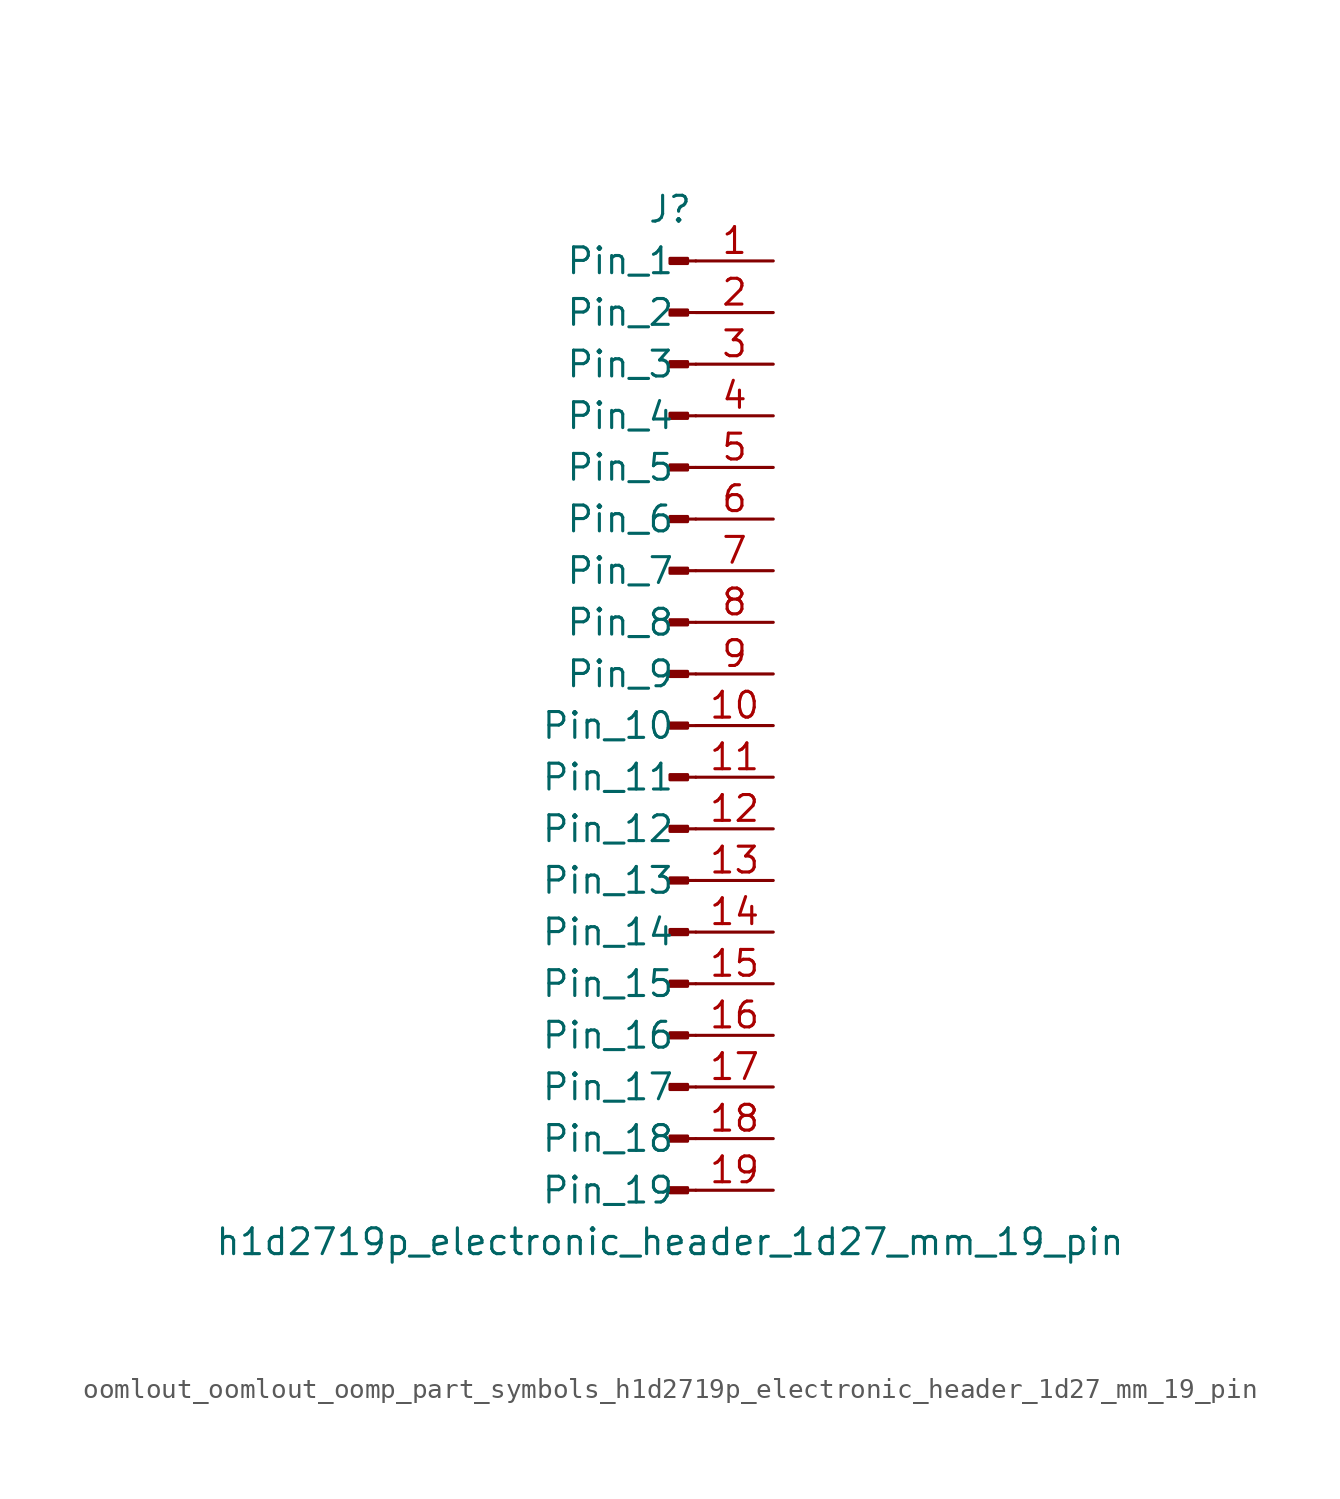
<source format=kicad_sym>
(kicad_symbol_lib
  (version 20220914)
  (generator kicad_symbol_editor)
  (symbol "oomlout_oomlout_oomp_part_symbols_h1d2719p_electronic_header_1d27_mm_19_pin"
    (pin_names
      (offset 1.016))
    (property "Reference" "J"
      (at 0 25.4 0)
      (effects (font (size 1.27 1.27))))
    (property "Value" "h1d2719p_electronic_header_1d27_mm_19_pin"
      (at 0 -25.4 0)
      (effects (font (size 1.27 1.27))))
    (property "ki_locked" ""
      (at 0 0 0)
      (effects (font (size 1.27 1.27))))
    (symbol "oomlout_oomlout_oomp_part_symbols_h1d2719p_electronic_header_1d27_mm_19_pin_1_1"
      (polyline (pts (xy 1.27 -22.86) (xy 0.864 -22.86)) (stroke (width 0.152) (type default)) (fill (type none)))
      (polyline (pts (xy 1.27 -20.32) (xy 0.864 -20.32)) (stroke (width 0.152) (type default)) (fill (type none)))
      (polyline (pts (xy 1.27 -17.78) (xy 0.864 -17.78)) (stroke (width 0.152) (type default)) (fill (type none)))
      (polyline (pts (xy 1.27 -15.24) (xy 0.864 -15.24)) (stroke (width 0.152) (type default)) (fill (type none)))
      (polyline (pts (xy 1.27 -12.7) (xy 0.864 -12.7)) (stroke (width 0.152) (type default)) (fill (type none)))
      (polyline (pts (xy 1.27 -10.16) (xy 0.864 -10.16)) (stroke (width 0.152) (type default)) (fill (type none)))
      (polyline (pts (xy 1.27 -7.62) (xy 0.864 -7.62)) (stroke (width 0.152) (type default)) (fill (type none)))
      (polyline (pts (xy 1.27 -5.08) (xy 0.864 -5.08)) (stroke (width 0.152) (type default)) (fill (type none)))
      (polyline (pts (xy 1.27 -2.54) (xy 0.864 -2.54)) (stroke (width 0.152) (type default)) (fill (type none)))
      (polyline (pts (xy 1.27 0) (xy 0.864 0)) (stroke (width 0.152) (type default)) (fill (type none)))
      (polyline (pts (xy 1.27 2.54) (xy 0.864 2.54)) (stroke (width 0.152) (type default)) (fill (type none)))
      (polyline (pts (xy 1.27 5.08) (xy 0.864 5.08)) (stroke (width 0.152) (type default)) (fill (type none)))
      (polyline (pts (xy 1.27 7.62) (xy 0.864 7.62)) (stroke (width 0.152) (type default)) (fill (type none)))
      (polyline (pts (xy 1.27 10.16) (xy 0.864 10.16)) (stroke (width 0.152) (type default)) (fill (type none)))
      (polyline (pts (xy 1.27 12.7) (xy 0.864 12.7)) (stroke (width 0.152) (type default)) (fill (type none)))
      (polyline (pts (xy 1.27 15.24) (xy 0.864 15.24)) (stroke (width 0.152) (type default)) (fill (type none)))
      (polyline (pts (xy 1.27 17.78) (xy 0.864 17.78)) (stroke (width 0.152) (type default)) (fill (type none)))
      (polyline (pts (xy 1.27 20.32) (xy 0.864 20.32)) (stroke (width 0.152) (type default)) (fill (type none)))
      (polyline (pts (xy 1.27 22.86) (xy 0.864 22.86)) (stroke (width 0.152) (type default)) (fill (type none)))
      (rectangle (start 0.864 -22.733) (end 0 -22.987) (stroke (width 0.152) (type default)) (fill (type outline)))
      (rectangle (start 0.864 -20.193) (end 0 -20.447) (stroke (width 0.152) (type default)) (fill (type outline)))
      (rectangle (start 0.864 -17.653) (end 0 -17.907) (stroke (width 0.152) (type default)) (fill (type outline)))
      (rectangle (start 0.864 -15.113) (end 0 -15.367) (stroke (width 0.152) (type default)) (fill (type outline)))
      (rectangle (start 0.864 -12.573) (end 0 -12.827) (stroke (width 0.152) (type default)) (fill (type outline)))
      (rectangle (start 0.864 -10.033) (end 0 -10.287) (stroke (width 0.152) (type default)) (fill (type outline)))
      (rectangle (start 0.864 -7.493) (end 0 -7.747) (stroke (width 0.152) (type default)) (fill (type outline)))
      (rectangle (start 0.864 -4.953) (end 0 -5.207) (stroke (width 0.152) (type default)) (fill (type outline)))
      (rectangle (start 0.864 -2.413) (end 0 -2.667) (stroke (width 0.152) (type default)) (fill (type outline)))
      (rectangle (start 0.864 0.127) (end 0 -0.127) (stroke (width 0.152) (type default)) (fill (type outline)))
      (rectangle (start 0.864 2.667) (end 0 2.413) (stroke (width 0.152) (type default)) (fill (type outline)))
      (rectangle (start 0.864 5.207) (end 0 4.953) (stroke (width 0.152) (type default)) (fill (type outline)))
      (rectangle (start 0.864 7.747) (end 0 7.493) (stroke (width 0.152) (type default)) (fill (type outline)))
      (rectangle (start 0.864 10.287) (end 0 10.033) (stroke (width 0.152) (type default)) (fill (type outline)))
      (rectangle (start 0.864 12.827) (end 0 12.573) (stroke (width 0.152) (type default)) (fill (type outline)))
      (rectangle (start 0.864 15.367) (end 0 15.113) (stroke (width 0.152) (type default)) (fill (type outline)))
      (rectangle (start 0.864 17.907) (end 0 17.653) (stroke (width 0.152) (type default)) (fill (type outline)))
      (rectangle (start 0.864 20.447) (end 0 20.193) (stroke (width 0.152) (type default)) (fill (type outline)))
      (rectangle (start 0.864 22.987) (end 0 22.733) (stroke (width 0.152) (type default)) (fill (type outline)))
      (pin passive line (at 5.08 22.86 180) (length 3.81) (name "Pin_1" (effects (font (size 1.27 1.27)))) (number "1" (effects (font (size 1.27 1.27)))))
      (pin passive line (at 5.08 0 180) (length 3.81) (name "Pin_10" (effects (font (size 1.27 1.27)))) (number "10" (effects (font (size 1.27 1.27)))))
      (pin passive line (at 5.08 -2.54 180) (length 3.81) (name "Pin_11" (effects (font (size 1.27 1.27)))) (number "11" (effects (font (size 1.27 1.27)))))
      (pin passive line (at 5.08 -5.08 180) (length 3.81) (name "Pin_12" (effects (font (size 1.27 1.27)))) (number "12" (effects (font (size 1.27 1.27)))))
      (pin passive line (at 5.08 -7.62 180) (length 3.81) (name "Pin_13" (effects (font (size 1.27 1.27)))) (number "13" (effects (font (size 1.27 1.27)))))
      (pin passive line (at 5.08 -10.16 180) (length 3.81) (name "Pin_14" (effects (font (size 1.27 1.27)))) (number "14" (effects (font (size 1.27 1.27)))))
      (pin passive line (at 5.08 -12.7 180) (length 3.81) (name "Pin_15" (effects (font (size 1.27 1.27)))) (number "15" (effects (font (size 1.27 1.27)))))
      (pin passive line (at 5.08 -15.24 180) (length 3.81) (name "Pin_16" (effects (font (size 1.27 1.27)))) (number "16" (effects (font (size 1.27 1.27)))))
      (pin passive line (at 5.08 -17.78 180) (length 3.81) (name "Pin_17" (effects (font (size 1.27 1.27)))) (number "17" (effects (font (size 1.27 1.27)))))
      (pin passive line (at 5.08 -20.32 180) (length 3.81) (name "Pin_18" (effects (font (size 1.27 1.27)))) (number "18" (effects (font (size 1.27 1.27)))))
      (pin passive line (at 5.08 -22.86 180) (length 3.81) (name "Pin_19" (effects (font (size 1.27 1.27)))) (number "19" (effects (font (size 1.27 1.27)))))
      (pin passive line (at 5.08 20.32 180) (length 3.81) (name "Pin_2" (effects (font (size 1.27 1.27)))) (number "2" (effects (font (size 1.27 1.27)))))
      (pin passive line (at 5.08 17.78 180) (length 3.81) (name "Pin_3" (effects (font (size 1.27 1.27)))) (number "3" (effects (font (size 1.27 1.27)))))
      (pin passive line (at 5.08 15.24 180) (length 3.81) (name "Pin_4" (effects (font (size 1.27 1.27)))) (number "4" (effects (font (size 1.27 1.27)))))
      (pin passive line (at 5.08 12.7 180) (length 3.81) (name "Pin_5" (effects (font (size 1.27 1.27)))) (number "5" (effects (font (size 1.27 1.27)))))
      (pin passive line (at 5.08 10.16 180) (length 3.81) (name "Pin_6" (effects (font (size 1.27 1.27)))) (number "6" (effects (font (size 1.27 1.27)))))
      (pin passive line (at 5.08 7.62 180) (length 3.81) (name "Pin_7" (effects (font (size 1.27 1.27)))) (number "7" (effects (font (size 1.27 1.27)))))
      (pin passive line (at 5.08 5.08 180) (length 3.81) (name "Pin_8" (effects (font (size 1.27 1.27)))) (number "8" (effects (font (size 1.27 1.27)))))
      (pin passive line (at 5.08 2.54 180) (length 3.81) (name "Pin_9" (effects (font (size 1.27 1.27)))) (number "9" (effects (font (size 1.27 1.27))))))))
</source>
